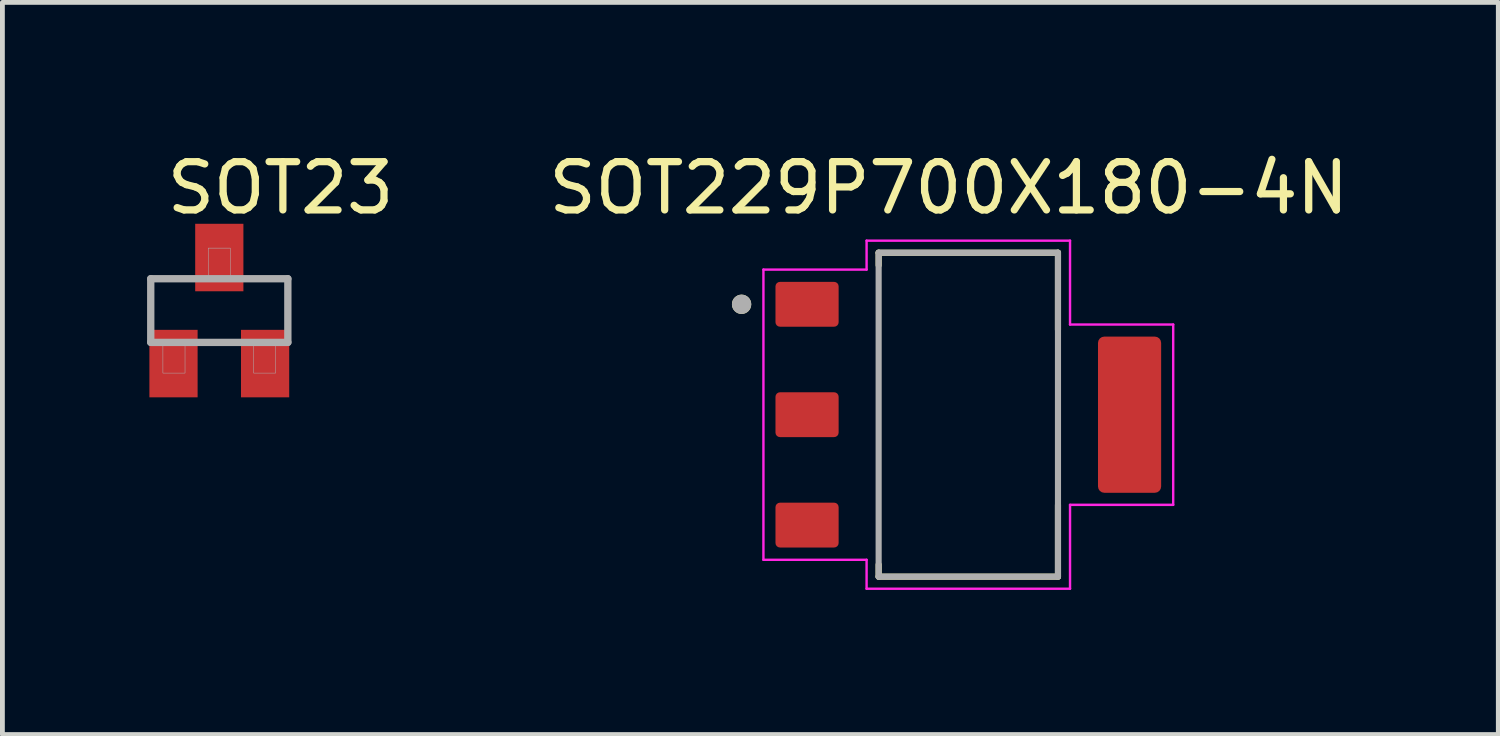
<source format=kicad_pcb>
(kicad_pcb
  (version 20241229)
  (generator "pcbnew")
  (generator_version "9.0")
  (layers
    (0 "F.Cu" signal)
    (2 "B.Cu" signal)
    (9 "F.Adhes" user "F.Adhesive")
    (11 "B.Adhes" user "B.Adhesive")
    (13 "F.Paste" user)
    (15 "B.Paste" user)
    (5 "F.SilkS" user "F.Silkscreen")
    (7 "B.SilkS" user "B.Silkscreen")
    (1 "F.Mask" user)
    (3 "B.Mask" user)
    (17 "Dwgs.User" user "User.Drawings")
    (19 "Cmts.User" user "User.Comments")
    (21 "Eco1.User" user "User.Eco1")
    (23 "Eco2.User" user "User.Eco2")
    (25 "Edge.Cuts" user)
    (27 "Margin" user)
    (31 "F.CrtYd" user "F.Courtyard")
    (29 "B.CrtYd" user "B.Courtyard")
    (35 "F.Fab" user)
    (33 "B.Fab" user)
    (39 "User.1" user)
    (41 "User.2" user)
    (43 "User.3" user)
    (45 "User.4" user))
  (footprint "SOT229P700X180-4N"
    (layer "F.Cu")
    (at 17.036 5.552)
    (property "Reference" "SOT229P700X180-4N" (at -0.406 -4.703 0) (layer "F.SilkS") (effects (font (size 1.002 1.002) (thickness 0.15))))
    (attr through_hole)
    (fp_line (start -1.86 -3.36) (end -1.86 -3.1) (stroke (width 0.127) (type solid)) (layer "F.SilkS"))
    (fp_line (start -1.86 -3.36) (end 1.86 -3.36) (stroke (width 0.127) (type solid)) (layer "F.SilkS"))
    (fp_line (start -1.86 3.11) (end -1.86 3.36) (stroke (width 0.127) (type solid)) (layer "F.SilkS"))
    (fp_line (start -1.86 3.36) (end 1.86 3.36) (stroke (width 0.127) (type solid)) (layer "F.SilkS"))
    (fp_line (start 1.86 -1.76) (end 1.86 -3.36) (stroke (width 0.127) (type solid)) (layer "F.SilkS"))
    (fp_line (start 1.86 3.36) (end 1.86 1.87) (stroke (width 0.127) (type solid)) (layer "F.SilkS"))
    (fp_circle (center -4.703 -2.29) (end -4.603 -2.29) (stroke (width 0.2) (type solid)) (fill no) (layer "F.SilkS"))
    (fp_line (start -4.25 -3.01) (end -4.25 3.01) (stroke (width 0.05) (type solid)) (layer "F.CrtYd"))
    (fp_line (start -4.25 3.01) (end -2.11 3.01) (stroke (width 0.05) (type solid)) (layer "F.CrtYd"))
    (fp_line (start -2.11 -3.61) (end -2.11 -3.01) (stroke (width 0.05) (type solid)) (layer "F.CrtYd"))
    (fp_line (start -2.11 -3.01) (end -4.25 -3.01) (stroke (width 0.05) (type solid)) (layer "F.CrtYd"))
    (fp_line (start -2.11 3.01) (end -2.11 3.61) (stroke (width 0.05) (type solid)) (layer "F.CrtYd"))
    (fp_line (start -2.11 3.61) (end 2.11 3.61) (stroke (width 0.05) (type solid)) (layer "F.CrtYd"))
    (fp_line (start 2.11 -3.61) (end -2.11 -3.61) (stroke (width 0.05) (type solid)) (layer "F.CrtYd"))
    (fp_line (start 2.11 -1.87) (end 2.11 -3.61) (stroke (width 0.05) (type solid)) (layer "F.CrtYd"))
    (fp_line (start 2.11 1.87) (end 4.25 1.87) (stroke (width 0.05) (type solid)) (layer "F.CrtYd"))
    (fp_line (start 2.11 3.61) (end 2.11 1.87) (stroke (width 0.05) (type solid)) (layer "F.CrtYd"))
    (fp_line (start 4.25 -1.87) (end 2.11 -1.87) (stroke (width 0.05) (type solid)) (layer "F.CrtYd"))
    (fp_line (start 4.25 1.87) (end 4.25 -1.87) (stroke (width 0.05) (type solid)) (layer "F.CrtYd"))
    (fp_line (start -1.86 -3.36) (end 1.86 -3.36) (stroke (width 0.127) (type solid)) (layer "F.Fab"))
    (fp_line (start -1.86 3.36) (end -1.86 -3.36) (stroke (width 0.127) (type solid)) (layer "F.Fab"))
    (fp_line (start 1.86 -3.36) (end 1.86 3.36) (stroke (width 0.127) (type solid)) (layer "F.Fab"))
    (fp_line (start 1.86 3.36) (end -1.86 3.36) (stroke (width 0.127) (type solid)) (layer "F.Fab"))
    (fp_circle (center -4.703 -2.29) (end -4.603 -2.29) (stroke (width 0.2) (type solid)) (fill no) (layer "F.Fab"))
    (pad "1" smd roundrect (at -3.345 -2.29 270) (size 0.93 1.31) (layers "F.Cu" "F.Mask" "F.Paste") (roundrect_rratio 0.1))
    (pad "2" smd roundrect (at -3.345 0 270) (size 0.93 1.31) (layers "F.Cu" "F.Mask" "F.Paste") (roundrect_rratio 0.1))
    (pad "3" smd roundrect (at -3.345 2.29 270) (size 0.93 1.31) (layers "F.Cu" "F.Mask" "F.Paste") (roundrect_rratio 0.1))
    (pad "4" smd roundrect (at 3.345 0 270) (size 3.24 1.31) (layers "F.Cu" "F.Mask" "F.Paste") (roundrect_rratio 0.1)))
  (footprint "SOT23"
    (layer "F.Cu")
    (at 1.499 3.392)
    (property "Reference" "SOT23" (at 1.271 -2.543 0) (layer "F.SilkS") (effects (font (size 1.001 1.001) (thickness 0.15))))
    (attr through_hole)
    (fp_line (start -1.422 -0.66) (end 1.422 -0.66) (stroke (width 0.152) (type solid)) (layer "F.Fab"))
    (fp_line (start -1.422 0.66) (end -1.422 -0.66) (stroke (width 0.152) (type solid)) (layer "F.Fab"))
    (fp_line (start 1.422 -0.66) (end 1.422 0.66) (stroke (width 0.152) (type solid)) (layer "F.Fab"))
    (fp_line (start 1.422 0.66) (end -1.422 0.66) (stroke (width 0.152) (type solid)) (layer "F.Fab"))
    (fp_poly (pts (xy -1.17 0.711) (xy -0.711 0.711) (xy -0.711 1.297) (xy -1.17 1.297)) (stroke (width 0.01) (type solid)) (fill no) (layer "F.Fab"))
    (fp_poly (pts (xy -0.229 -1.295) (xy 0.229 -1.295) (xy 0.229 -0.712) (xy -0.229 -0.712)) (stroke (width 0.01) (type solid)) (fill no) (layer "F.Fab"))
    (fp_poly (pts (xy 0.712 0.711) (xy 1.168 0.711) (xy 1.168 1.297) (xy 0.712 1.297)) (stroke (width 0.01) (type solid)) (fill no) (layer "F.Fab"))
    (pad "1" smd rect (at -0.95 1.1) (size 1 1.4) (layers "F.Cu" "F.Mask" "F.Paste"))
    (pad "2" smd rect (at 0.95 1.1) (size 1 1.4) (layers "F.Cu" "F.Mask" "F.Paste"))
    (pad "3" smd rect (at 0 -1.1) (size 1 1.4) (layers "F.Cu" "F.Mask" "F.Paste")))
  (gr_rect
    (start -3 -3)
    (end 28.03 12.187)
    (stroke (width 0.1) (type default))
    (fill no)
    (layer "Edge.Cuts")))
</source>
